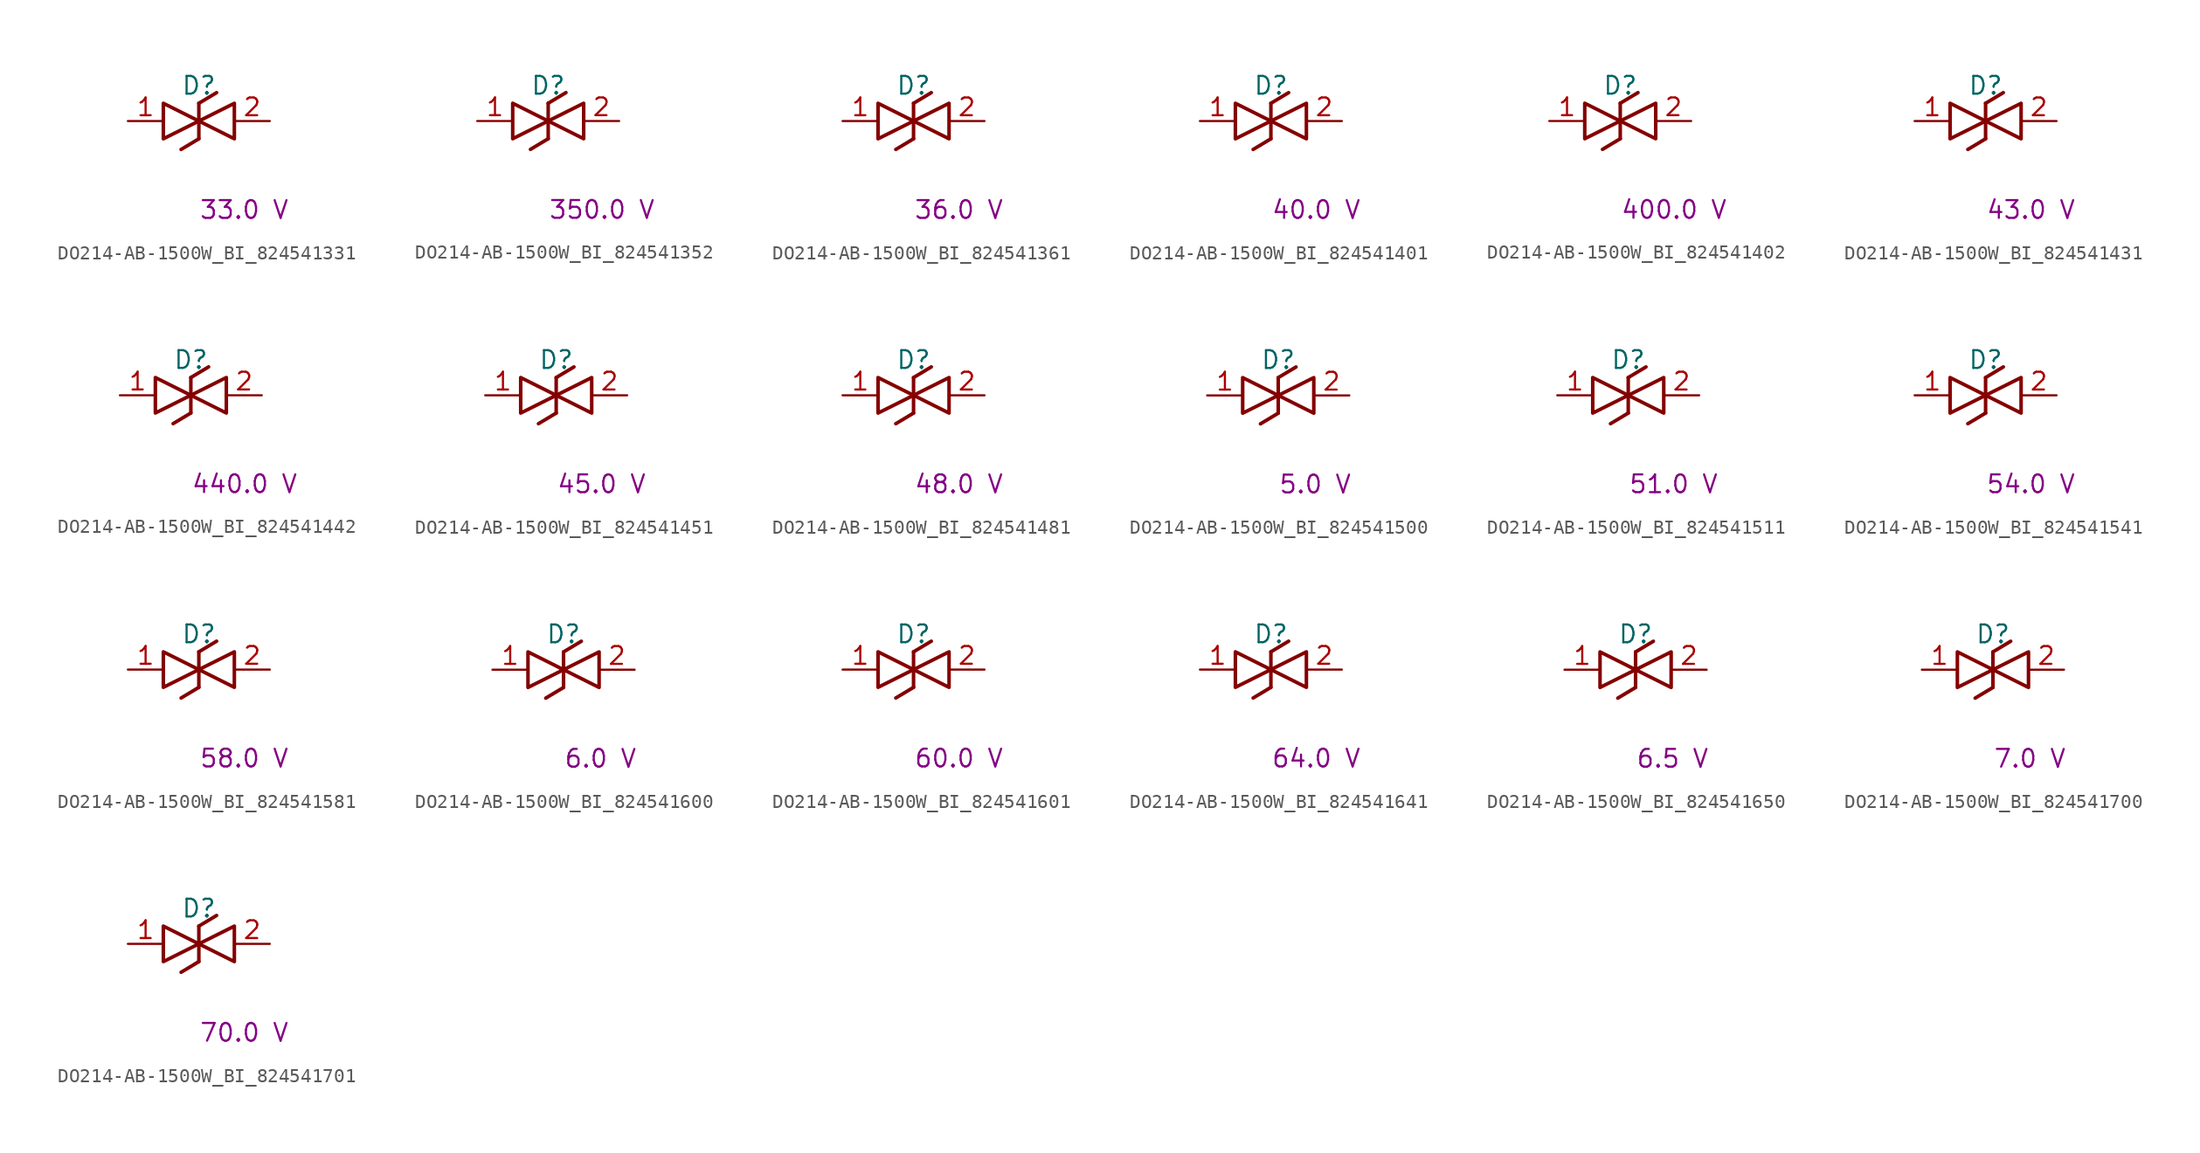
<source format=kicad_sym>
(kicad_symbol_lib
  (version 20220914)
  (generator kicad_symbol_editor)
  (symbol "DO214-AB-1500W_BI_824541331"
    (pin_names hide)
    (property "Reference" "D"
      (at 0 2.54 0)
      (effects (font (size 1.27 1.27))))
    (property "Critical Parameter" "33.0 V"
      (at 0 -6.35 0)
      (effects (font (size 1.27 1.27)) (justify left)))
    (symbol "DO214-AB-1500W_BI_824541331_0_1"
      (polyline (pts (xy -2.54 1.27) (xy -2.54 -1.27) (xy 2.54 1.27) (xy 2.54 -1.27) (xy -2.54 1.27)) (stroke (width 0.254) (type default)) (fill (type none))))
    (symbol "DO214-AB-1500W_BI_824541331_1_1"
      (polyline (pts (xy 0 -1.27) (xy -1.27 -2.032)) (stroke (width 0.254) (type default)) (fill (type none)))
      (polyline (pts (xy 0 1.27) (xy 0 -1.27)) (stroke (width 0.254) (type default)) (fill (type none)))
      (polyline (pts (xy 0 1.27) (xy 1.27 2.032)) (stroke (width 0.254) (type default)) (fill (type none)))
      (pin passive line (at -5.08 0 0) (length 2.54) (name "1" (effects (font (size 1.27 1.27)))) (number "1" (effects (font (size 1.27 1.27)))))
      (pin passive line (at 5.08 0 180) (length 2.54) (name "2" (effects (font (size 1.27 1.27)))) (number "2" (effects (font (size 1.27 1.27)))))))
  (symbol "DO214-AB-1500W_BI_824541352"
    (pin_names hide)
    (property "Reference" "D"
      (at 0 2.54 0)
      (effects (font (size 1.27 1.27))))
    (property "Critical Parameter" "350.0 V"
      (at 0 -6.35 0)
      (effects (font (size 1.27 1.27)) (justify left)))
    (symbol "DO214-AB-1500W_BI_824541352_0_1"
      (polyline (pts (xy -2.54 1.27) (xy -2.54 -1.27) (xy 2.54 1.27) (xy 2.54 -1.27) (xy -2.54 1.27)) (stroke (width 0.254) (type default)) (fill (type none))))
    (symbol "DO214-AB-1500W_BI_824541352_1_1"
      (polyline (pts (xy 0 -1.27) (xy -1.27 -2.032)) (stroke (width 0.254) (type default)) (fill (type none)))
      (polyline (pts (xy 0 1.27) (xy 0 -1.27)) (stroke (width 0.254) (type default)) (fill (type none)))
      (polyline (pts (xy 0 1.27) (xy 1.27 2.032)) (stroke (width 0.254) (type default)) (fill (type none)))
      (pin passive line (at -5.08 0 0) (length 2.54) (name "1" (effects (font (size 1.27 1.27)))) (number "1" (effects (font (size 1.27 1.27)))))
      (pin passive line (at 5.08 0 180) (length 2.54) (name "2" (effects (font (size 1.27 1.27)))) (number "2" (effects (font (size 1.27 1.27)))))))
  (symbol "DO214-AB-1500W_BI_824541361"
    (pin_names hide)
    (property "Reference" "D"
      (at 0 2.54 0)
      (effects (font (size 1.27 1.27))))
    (property "Critical Parameter" "36.0 V"
      (at 0 -6.35 0)
      (effects (font (size 1.27 1.27)) (justify left)))
    (symbol "DO214-AB-1500W_BI_824541361_0_1"
      (polyline (pts (xy -2.54 1.27) (xy -2.54 -1.27) (xy 2.54 1.27) (xy 2.54 -1.27) (xy -2.54 1.27)) (stroke (width 0.254) (type default)) (fill (type none))))
    (symbol "DO214-AB-1500W_BI_824541361_1_1"
      (polyline (pts (xy 0 -1.27) (xy -1.27 -2.032)) (stroke (width 0.254) (type default)) (fill (type none)))
      (polyline (pts (xy 0 1.27) (xy 0 -1.27)) (stroke (width 0.254) (type default)) (fill (type none)))
      (polyline (pts (xy 0 1.27) (xy 1.27 2.032)) (stroke (width 0.254) (type default)) (fill (type none)))
      (pin passive line (at -5.08 0 0) (length 2.54) (name "1" (effects (font (size 1.27 1.27)))) (number "1" (effects (font (size 1.27 1.27)))))
      (pin passive line (at 5.08 0 180) (length 2.54) (name "2" (effects (font (size 1.27 1.27)))) (number "2" (effects (font (size 1.27 1.27)))))))
  (symbol "DO214-AB-1500W_BI_824541401"
    (pin_names hide)
    (property "Reference" "D"
      (at 0 2.54 0)
      (effects (font (size 1.27 1.27))))
    (property "Critical Parameter" "40.0 V"
      (at 0 -6.35 0)
      (effects (font (size 1.27 1.27)) (justify left)))
    (symbol "DO214-AB-1500W_BI_824541401_0_1"
      (polyline (pts (xy -2.54 1.27) (xy -2.54 -1.27) (xy 2.54 1.27) (xy 2.54 -1.27) (xy -2.54 1.27)) (stroke (width 0.254) (type default)) (fill (type none))))
    (symbol "DO214-AB-1500W_BI_824541401_1_1"
      (polyline (pts (xy 0 -1.27) (xy -1.27 -2.032)) (stroke (width 0.254) (type default)) (fill (type none)))
      (polyline (pts (xy 0 1.27) (xy 0 -1.27)) (stroke (width 0.254) (type default)) (fill (type none)))
      (polyline (pts (xy 0 1.27) (xy 1.27 2.032)) (stroke (width 0.254) (type default)) (fill (type none)))
      (pin passive line (at -5.08 0 0) (length 2.54) (name "1" (effects (font (size 1.27 1.27)))) (number "1" (effects (font (size 1.27 1.27)))))
      (pin passive line (at 5.08 0 180) (length 2.54) (name "2" (effects (font (size 1.27 1.27)))) (number "2" (effects (font (size 1.27 1.27)))))))
  (symbol "DO214-AB-1500W_BI_824541402"
    (pin_names hide)
    (property "Reference" "D"
      (at 0 2.54 0)
      (effects (font (size 1.27 1.27))))
    (property "Critical Parameter" "400.0 V"
      (at 0 -6.35 0)
      (effects (font (size 1.27 1.27)) (justify left)))
    (symbol "DO214-AB-1500W_BI_824541402_0_1"
      (polyline (pts (xy -2.54 1.27) (xy -2.54 -1.27) (xy 2.54 1.27) (xy 2.54 -1.27) (xy -2.54 1.27)) (stroke (width 0.254) (type default)) (fill (type none))))
    (symbol "DO214-AB-1500W_BI_824541402_1_1"
      (polyline (pts (xy 0 -1.27) (xy -1.27 -2.032)) (stroke (width 0.254) (type default)) (fill (type none)))
      (polyline (pts (xy 0 1.27) (xy 0 -1.27)) (stroke (width 0.254) (type default)) (fill (type none)))
      (polyline (pts (xy 0 1.27) (xy 1.27 2.032)) (stroke (width 0.254) (type default)) (fill (type none)))
      (pin passive line (at -5.08 0 0) (length 2.54) (name "1" (effects (font (size 1.27 1.27)))) (number "1" (effects (font (size 1.27 1.27)))))
      (pin passive line (at 5.08 0 180) (length 2.54) (name "2" (effects (font (size 1.27 1.27)))) (number "2" (effects (font (size 1.27 1.27)))))))
  (symbol "DO214-AB-1500W_BI_824541431"
    (pin_names hide)
    (property "Reference" "D"
      (at 0 2.54 0)
      (effects (font (size 1.27 1.27))))
    (property "Critical Parameter" "43.0 V"
      (at 0 -6.35 0)
      (effects (font (size 1.27 1.27)) (justify left)))
    (symbol "DO214-AB-1500W_BI_824541431_0_1"
      (polyline (pts (xy -2.54 1.27) (xy -2.54 -1.27) (xy 2.54 1.27) (xy 2.54 -1.27) (xy -2.54 1.27)) (stroke (width 0.254) (type default)) (fill (type none))))
    (symbol "DO214-AB-1500W_BI_824541431_1_1"
      (polyline (pts (xy 0 -1.27) (xy -1.27 -2.032)) (stroke (width 0.254) (type default)) (fill (type none)))
      (polyline (pts (xy 0 1.27) (xy 0 -1.27)) (stroke (width 0.254) (type default)) (fill (type none)))
      (polyline (pts (xy 0 1.27) (xy 1.27 2.032)) (stroke (width 0.254) (type default)) (fill (type none)))
      (pin passive line (at -5.08 0 0) (length 2.54) (name "1" (effects (font (size 1.27 1.27)))) (number "1" (effects (font (size 1.27 1.27)))))
      (pin passive line (at 5.08 0 180) (length 2.54) (name "2" (effects (font (size 1.27 1.27)))) (number "2" (effects (font (size 1.27 1.27)))))))
  (symbol "DO214-AB-1500W_BI_824541442"
    (pin_names hide)
    (property "Reference" "D"
      (at 0 2.54 0)
      (effects (font (size 1.27 1.27))))
    (property "Critical Parameter" "440.0 V"
      (at 0 -6.35 0)
      (effects (font (size 1.27 1.27)) (justify left)))
    (symbol "DO214-AB-1500W_BI_824541442_0_1"
      (polyline (pts (xy -2.54 1.27) (xy -2.54 -1.27) (xy 2.54 1.27) (xy 2.54 -1.27) (xy -2.54 1.27)) (stroke (width 0.254) (type default)) (fill (type none))))
    (symbol "DO214-AB-1500W_BI_824541442_1_1"
      (polyline (pts (xy 0 -1.27) (xy -1.27 -2.032)) (stroke (width 0.254) (type default)) (fill (type none)))
      (polyline (pts (xy 0 1.27) (xy 0 -1.27)) (stroke (width 0.254) (type default)) (fill (type none)))
      (polyline (pts (xy 0 1.27) (xy 1.27 2.032)) (stroke (width 0.254) (type default)) (fill (type none)))
      (pin passive line (at -5.08 0 0) (length 2.54) (name "1" (effects (font (size 1.27 1.27)))) (number "1" (effects (font (size 1.27 1.27)))))
      (pin passive line (at 5.08 0 180) (length 2.54) (name "2" (effects (font (size 1.27 1.27)))) (number "2" (effects (font (size 1.27 1.27)))))))
  (symbol "DO214-AB-1500W_BI_824541451"
    (pin_names hide)
    (property "Reference" "D"
      (at 0 2.54 0)
      (effects (font (size 1.27 1.27))))
    (property "Critical Parameter" "45.0 V"
      (at 0 -6.35 0)
      (effects (font (size 1.27 1.27)) (justify left)))
    (symbol "DO214-AB-1500W_BI_824541451_0_1"
      (polyline (pts (xy -2.54 1.27) (xy -2.54 -1.27) (xy 2.54 1.27) (xy 2.54 -1.27) (xy -2.54 1.27)) (stroke (width 0.254) (type default)) (fill (type none))))
    (symbol "DO214-AB-1500W_BI_824541451_1_1"
      (polyline (pts (xy 0 -1.27) (xy -1.27 -2.032)) (stroke (width 0.254) (type default)) (fill (type none)))
      (polyline (pts (xy 0 1.27) (xy 0 -1.27)) (stroke (width 0.254) (type default)) (fill (type none)))
      (polyline (pts (xy 0 1.27) (xy 1.27 2.032)) (stroke (width 0.254) (type default)) (fill (type none)))
      (pin passive line (at -5.08 0 0) (length 2.54) (name "1" (effects (font (size 1.27 1.27)))) (number "1" (effects (font (size 1.27 1.27)))))
      (pin passive line (at 5.08 0 180) (length 2.54) (name "2" (effects (font (size 1.27 1.27)))) (number "2" (effects (font (size 1.27 1.27)))))))
  (symbol "DO214-AB-1500W_BI_824541481"
    (pin_names hide)
    (property "Reference" "D"
      (at 0 2.54 0)
      (effects (font (size 1.27 1.27))))
    (property "Critical Parameter" "48.0 V"
      (at 0 -6.35 0)
      (effects (font (size 1.27 1.27)) (justify left)))
    (symbol "DO214-AB-1500W_BI_824541481_0_1"
      (polyline (pts (xy -2.54 1.27) (xy -2.54 -1.27) (xy 2.54 1.27) (xy 2.54 -1.27) (xy -2.54 1.27)) (stroke (width 0.254) (type default)) (fill (type none))))
    (symbol "DO214-AB-1500W_BI_824541481_1_1"
      (polyline (pts (xy 0 -1.27) (xy -1.27 -2.032)) (stroke (width 0.254) (type default)) (fill (type none)))
      (polyline (pts (xy 0 1.27) (xy 0 -1.27)) (stroke (width 0.254) (type default)) (fill (type none)))
      (polyline (pts (xy 0 1.27) (xy 1.27 2.032)) (stroke (width 0.254) (type default)) (fill (type none)))
      (pin passive line (at -5.08 0 0) (length 2.54) (name "1" (effects (font (size 1.27 1.27)))) (number "1" (effects (font (size 1.27 1.27)))))
      (pin passive line (at 5.08 0 180) (length 2.54) (name "2" (effects (font (size 1.27 1.27)))) (number "2" (effects (font (size 1.27 1.27)))))))
  (symbol "DO214-AB-1500W_BI_824541500"
    (pin_names hide)
    (property "Reference" "D"
      (at 0 2.54 0)
      (effects (font (size 1.27 1.27))))
    (property "Critical Parameter" "5.0 V"
      (at 0 -6.35 0)
      (effects (font (size 1.27 1.27)) (justify left)))
    (symbol "DO214-AB-1500W_BI_824541500_0_1"
      (polyline (pts (xy -2.54 1.27) (xy -2.54 -1.27) (xy 2.54 1.27) (xy 2.54 -1.27) (xy -2.54 1.27)) (stroke (width 0.254) (type default)) (fill (type none))))
    (symbol "DO214-AB-1500W_BI_824541500_1_1"
      (polyline (pts (xy 0 -1.27) (xy -1.27 -2.032)) (stroke (width 0.254) (type default)) (fill (type none)))
      (polyline (pts (xy 0 1.27) (xy 0 -1.27)) (stroke (width 0.254) (type default)) (fill (type none)))
      (polyline (pts (xy 0 1.27) (xy 1.27 2.032)) (stroke (width 0.254) (type default)) (fill (type none)))
      (pin passive line (at -5.08 0 0) (length 2.54) (name "1" (effects (font (size 1.27 1.27)))) (number "1" (effects (font (size 1.27 1.27)))))
      (pin passive line (at 5.08 0 180) (length 2.54) (name "2" (effects (font (size 1.27 1.27)))) (number "2" (effects (font (size 1.27 1.27)))))))
  (symbol "DO214-AB-1500W_BI_824541511"
    (pin_names hide)
    (property "Reference" "D"
      (at 0 2.54 0)
      (effects (font (size 1.27 1.27))))
    (property "Critical Parameter" "51.0 V"
      (at 0 -6.35 0)
      (effects (font (size 1.27 1.27)) (justify left)))
    (symbol "DO214-AB-1500W_BI_824541511_0_1"
      (polyline (pts (xy -2.54 1.27) (xy -2.54 -1.27) (xy 2.54 1.27) (xy 2.54 -1.27) (xy -2.54 1.27)) (stroke (width 0.254) (type default)) (fill (type none))))
    (symbol "DO214-AB-1500W_BI_824541511_1_1"
      (polyline (pts (xy 0 -1.27) (xy -1.27 -2.032)) (stroke (width 0.254) (type default)) (fill (type none)))
      (polyline (pts (xy 0 1.27) (xy 0 -1.27)) (stroke (width 0.254) (type default)) (fill (type none)))
      (polyline (pts (xy 0 1.27) (xy 1.27 2.032)) (stroke (width 0.254) (type default)) (fill (type none)))
      (pin passive line (at -5.08 0 0) (length 2.54) (name "1" (effects (font (size 1.27 1.27)))) (number "1" (effects (font (size 1.27 1.27)))))
      (pin passive line (at 5.08 0 180) (length 2.54) (name "2" (effects (font (size 1.27 1.27)))) (number "2" (effects (font (size 1.27 1.27)))))))
  (symbol "DO214-AB-1500W_BI_824541541"
    (pin_names hide)
    (property "Reference" "D"
      (at 0 2.54 0)
      (effects (font (size 1.27 1.27))))
    (property "Critical Parameter" "54.0 V"
      (at 0 -6.35 0)
      (effects (font (size 1.27 1.27)) (justify left)))
    (symbol "DO214-AB-1500W_BI_824541541_0_1"
      (polyline (pts (xy -2.54 1.27) (xy -2.54 -1.27) (xy 2.54 1.27) (xy 2.54 -1.27) (xy -2.54 1.27)) (stroke (width 0.254) (type default)) (fill (type none))))
    (symbol "DO214-AB-1500W_BI_824541541_1_1"
      (polyline (pts (xy 0 -1.27) (xy -1.27 -2.032)) (stroke (width 0.254) (type default)) (fill (type none)))
      (polyline (pts (xy 0 1.27) (xy 0 -1.27)) (stroke (width 0.254) (type default)) (fill (type none)))
      (polyline (pts (xy 0 1.27) (xy 1.27 2.032)) (stroke (width 0.254) (type default)) (fill (type none)))
      (pin passive line (at -5.08 0 0) (length 2.54) (name "1" (effects (font (size 1.27 1.27)))) (number "1" (effects (font (size 1.27 1.27)))))
      (pin passive line (at 5.08 0 180) (length 2.54) (name "2" (effects (font (size 1.27 1.27)))) (number "2" (effects (font (size 1.27 1.27)))))))
  (symbol "DO214-AB-1500W_BI_824541581"
    (pin_names hide)
    (property "Reference" "D"
      (at 0 2.54 0)
      (effects (font (size 1.27 1.27))))
    (property "Critical Parameter" "58.0 V"
      (at 0 -6.35 0)
      (effects (font (size 1.27 1.27)) (justify left)))
    (symbol "DO214-AB-1500W_BI_824541581_0_1"
      (polyline (pts (xy -2.54 1.27) (xy -2.54 -1.27) (xy 2.54 1.27) (xy 2.54 -1.27) (xy -2.54 1.27)) (stroke (width 0.254) (type default)) (fill (type none))))
    (symbol "DO214-AB-1500W_BI_824541581_1_1"
      (polyline (pts (xy 0 -1.27) (xy -1.27 -2.032)) (stroke (width 0.254) (type default)) (fill (type none)))
      (polyline (pts (xy 0 1.27) (xy 0 -1.27)) (stroke (width 0.254) (type default)) (fill (type none)))
      (polyline (pts (xy 0 1.27) (xy 1.27 2.032)) (stroke (width 0.254) (type default)) (fill (type none)))
      (pin passive line (at -5.08 0 0) (length 2.54) (name "1" (effects (font (size 1.27 1.27)))) (number "1" (effects (font (size 1.27 1.27)))))
      (pin passive line (at 5.08 0 180) (length 2.54) (name "2" (effects (font (size 1.27 1.27)))) (number "2" (effects (font (size 1.27 1.27)))))))
  (symbol "DO214-AB-1500W_BI_824541600"
    (pin_names hide)
    (property "Reference" "D"
      (at 0 2.54 0)
      (effects (font (size 1.27 1.27))))
    (property "Critical Parameter" "6.0 V"
      (at 0 -6.35 0)
      (effects (font (size 1.27 1.27)) (justify left)))
    (symbol "DO214-AB-1500W_BI_824541600_0_1"
      (polyline (pts (xy -2.54 1.27) (xy -2.54 -1.27) (xy 2.54 1.27) (xy 2.54 -1.27) (xy -2.54 1.27)) (stroke (width 0.254) (type default)) (fill (type none))))
    (symbol "DO214-AB-1500W_BI_824541600_1_1"
      (polyline (pts (xy 0 -1.27) (xy -1.27 -2.032)) (stroke (width 0.254) (type default)) (fill (type none)))
      (polyline (pts (xy 0 1.27) (xy 0 -1.27)) (stroke (width 0.254) (type default)) (fill (type none)))
      (polyline (pts (xy 0 1.27) (xy 1.27 2.032)) (stroke (width 0.254) (type default)) (fill (type none)))
      (pin passive line (at -5.08 0 0) (length 2.54) (name "1" (effects (font (size 1.27 1.27)))) (number "1" (effects (font (size 1.27 1.27)))))
      (pin passive line (at 5.08 0 180) (length 2.54) (name "2" (effects (font (size 1.27 1.27)))) (number "2" (effects (font (size 1.27 1.27)))))))
  (symbol "DO214-AB-1500W_BI_824541601"
    (pin_names hide)
    (property "Reference" "D"
      (at 0 2.54 0)
      (effects (font (size 1.27 1.27))))
    (property "Critical Parameter" "60.0 V"
      (at 0 -6.35 0)
      (effects (font (size 1.27 1.27)) (justify left)))
    (symbol "DO214-AB-1500W_BI_824541601_0_1"
      (polyline (pts (xy -2.54 1.27) (xy -2.54 -1.27) (xy 2.54 1.27) (xy 2.54 -1.27) (xy -2.54 1.27)) (stroke (width 0.254) (type default)) (fill (type none))))
    (symbol "DO214-AB-1500W_BI_824541601_1_1"
      (polyline (pts (xy 0 -1.27) (xy -1.27 -2.032)) (stroke (width 0.254) (type default)) (fill (type none)))
      (polyline (pts (xy 0 1.27) (xy 0 -1.27)) (stroke (width 0.254) (type default)) (fill (type none)))
      (polyline (pts (xy 0 1.27) (xy 1.27 2.032)) (stroke (width 0.254) (type default)) (fill (type none)))
      (pin passive line (at -5.08 0 0) (length 2.54) (name "1" (effects (font (size 1.27 1.27)))) (number "1" (effects (font (size 1.27 1.27)))))
      (pin passive line (at 5.08 0 180) (length 2.54) (name "2" (effects (font (size 1.27 1.27)))) (number "2" (effects (font (size 1.27 1.27)))))))
  (symbol "DO214-AB-1500W_BI_824541641"
    (pin_names hide)
    (property "Reference" "D"
      (at 0 2.54 0)
      (effects (font (size 1.27 1.27))))
    (property "Critical Parameter" "64.0 V"
      (at 0 -6.35 0)
      (effects (font (size 1.27 1.27)) (justify left)))
    (symbol "DO214-AB-1500W_BI_824541641_0_1"
      (polyline (pts (xy -2.54 1.27) (xy -2.54 -1.27) (xy 2.54 1.27) (xy 2.54 -1.27) (xy -2.54 1.27)) (stroke (width 0.254) (type default)) (fill (type none))))
    (symbol "DO214-AB-1500W_BI_824541641_1_1"
      (polyline (pts (xy 0 -1.27) (xy -1.27 -2.032)) (stroke (width 0.254) (type default)) (fill (type none)))
      (polyline (pts (xy 0 1.27) (xy 0 -1.27)) (stroke (width 0.254) (type default)) (fill (type none)))
      (polyline (pts (xy 0 1.27) (xy 1.27 2.032)) (stroke (width 0.254) (type default)) (fill (type none)))
      (pin passive line (at -5.08 0 0) (length 2.54) (name "1" (effects (font (size 1.27 1.27)))) (number "1" (effects (font (size 1.27 1.27)))))
      (pin passive line (at 5.08 0 180) (length 2.54) (name "2" (effects (font (size 1.27 1.27)))) (number "2" (effects (font (size 1.27 1.27)))))))
  (symbol "DO214-AB-1500W_BI_824541650"
    (pin_names hide)
    (property "Reference" "D"
      (at 0 2.54 0)
      (effects (font (size 1.27 1.27))))
    (property "Critical Parameter" "6.5 V"
      (at 0 -6.35 0)
      (effects (font (size 1.27 1.27)) (justify left)))
    (symbol "DO214-AB-1500W_BI_824541650_0_1"
      (polyline (pts (xy -2.54 1.27) (xy -2.54 -1.27) (xy 2.54 1.27) (xy 2.54 -1.27) (xy -2.54 1.27)) (stroke (width 0.254) (type default)) (fill (type none))))
    (symbol "DO214-AB-1500W_BI_824541650_1_1"
      (polyline (pts (xy 0 -1.27) (xy -1.27 -2.032)) (stroke (width 0.254) (type default)) (fill (type none)))
      (polyline (pts (xy 0 1.27) (xy 0 -1.27)) (stroke (width 0.254) (type default)) (fill (type none)))
      (polyline (pts (xy 0 1.27) (xy 1.27 2.032)) (stroke (width 0.254) (type default)) (fill (type none)))
      (pin passive line (at -5.08 0 0) (length 2.54) (name "1" (effects (font (size 1.27 1.27)))) (number "1" (effects (font (size 1.27 1.27)))))
      (pin passive line (at 5.08 0 180) (length 2.54) (name "2" (effects (font (size 1.27 1.27)))) (number "2" (effects (font (size 1.27 1.27)))))))
  (symbol "DO214-AB-1500W_BI_824541700"
    (pin_names hide)
    (property "Reference" "D"
      (at 0 2.54 0)
      (effects (font (size 1.27 1.27))))
    (property "Critical Parameter" "7.0 V"
      (at 0 -6.35 0)
      (effects (font (size 1.27 1.27)) (justify left)))
    (symbol "DO214-AB-1500W_BI_824541700_0_1"
      (polyline (pts (xy -2.54 1.27) (xy -2.54 -1.27) (xy 2.54 1.27) (xy 2.54 -1.27) (xy -2.54 1.27)) (stroke (width 0.254) (type default)) (fill (type none))))
    (symbol "DO214-AB-1500W_BI_824541700_1_1"
      (polyline (pts (xy 0 -1.27) (xy -1.27 -2.032)) (stroke (width 0.254) (type default)) (fill (type none)))
      (polyline (pts (xy 0 1.27) (xy 0 -1.27)) (stroke (width 0.254) (type default)) (fill (type none)))
      (polyline (pts (xy 0 1.27) (xy 1.27 2.032)) (stroke (width 0.254) (type default)) (fill (type none)))
      (pin passive line (at -5.08 0 0) (length 2.54) (name "1" (effects (font (size 1.27 1.27)))) (number "1" (effects (font (size 1.27 1.27)))))
      (pin passive line (at 5.08 0 180) (length 2.54) (name "2" (effects (font (size 1.27 1.27)))) (number "2" (effects (font (size 1.27 1.27)))))))
  (symbol "DO214-AB-1500W_BI_824541701"
    (pin_names hide)
    (property "Reference" "D"
      (at 0 2.54 0)
      (effects (font (size 1.27 1.27))))
    (property "Critical Parameter" "70.0 V"
      (at 0 -6.35 0)
      (effects (font (size 1.27 1.27)) (justify left)))
    (symbol "DO214-AB-1500W_BI_824541701_0_1"
      (polyline (pts (xy -2.54 1.27) (xy -2.54 -1.27) (xy 2.54 1.27) (xy 2.54 -1.27) (xy -2.54 1.27)) (stroke (width 0.254) (type default)) (fill (type none))))
    (symbol "DO214-AB-1500W_BI_824541701_1_1"
      (polyline (pts (xy 0 -1.27) (xy -1.27 -2.032)) (stroke (width 0.254) (type default)) (fill (type none)))
      (polyline (pts (xy 0 1.27) (xy 0 -1.27)) (stroke (width 0.254) (type default)) (fill (type none)))
      (polyline (pts (xy 0 1.27) (xy 1.27 2.032)) (stroke (width 0.254) (type default)) (fill (type none)))
      (pin passive line (at -5.08 0 0) (length 2.54) (name "1" (effects (font (size 1.27 1.27)))) (number "1" (effects (font (size 1.27 1.27)))))
      (pin passive line (at 5.08 0 180) (length 2.54) (name "2" (effects (font (size 1.27 1.27)))) (number "2" (effects (font (size 1.27 1.27))))))))
</source>
